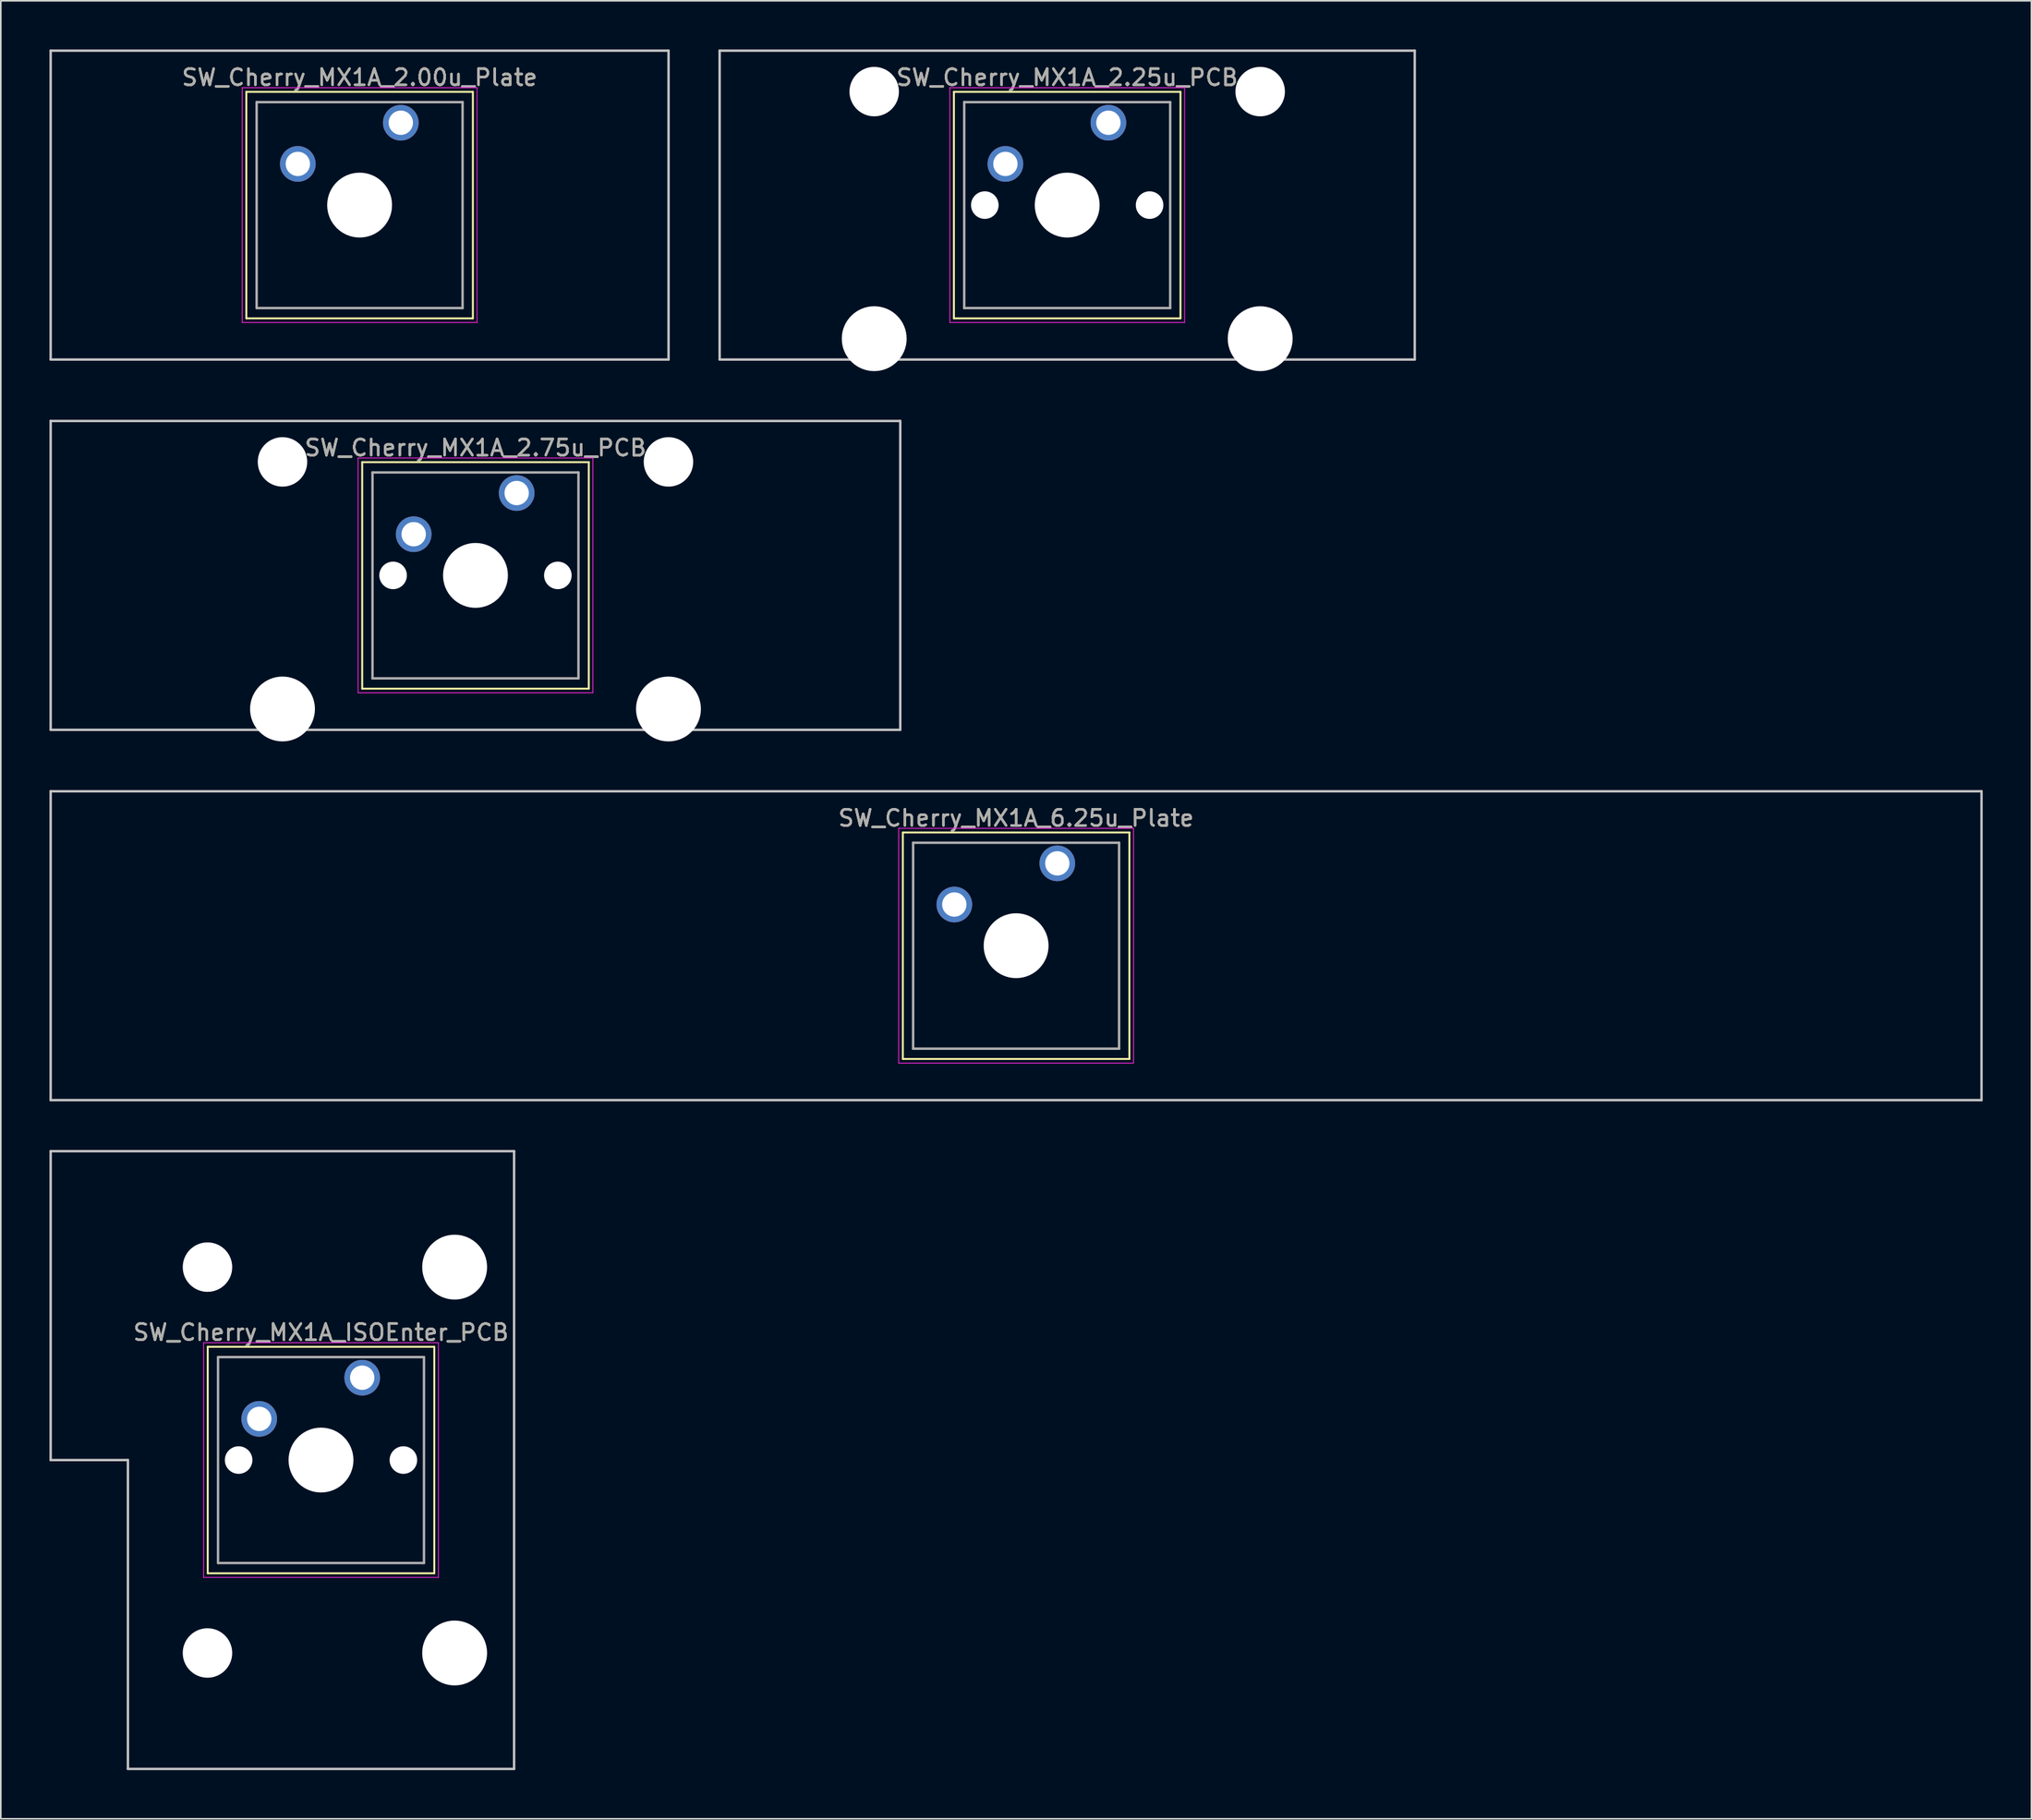
<source format=kicad_pcb>
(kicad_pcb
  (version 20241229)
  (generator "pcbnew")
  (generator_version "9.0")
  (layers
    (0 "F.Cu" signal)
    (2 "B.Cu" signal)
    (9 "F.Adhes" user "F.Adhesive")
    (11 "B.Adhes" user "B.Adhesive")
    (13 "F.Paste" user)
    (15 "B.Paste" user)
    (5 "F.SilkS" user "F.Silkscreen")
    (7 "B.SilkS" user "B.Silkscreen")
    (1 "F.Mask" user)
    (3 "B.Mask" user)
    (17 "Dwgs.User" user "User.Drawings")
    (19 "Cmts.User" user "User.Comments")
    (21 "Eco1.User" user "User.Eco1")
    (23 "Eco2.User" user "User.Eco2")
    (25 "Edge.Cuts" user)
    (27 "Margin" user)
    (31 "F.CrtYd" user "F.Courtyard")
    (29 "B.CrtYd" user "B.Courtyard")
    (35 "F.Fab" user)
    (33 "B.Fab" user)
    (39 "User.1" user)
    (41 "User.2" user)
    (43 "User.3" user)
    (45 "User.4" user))
  (footprint "SW_Cherry_MX1A_2.00u_Plate"
    (layer "F.Cu")
    (at 21.665 4.52)
    (property "Reference" "SW_Cherry_MX1A_2.00u_Plate" (at -2.54 -2.794 0) (layer "F.SilkS") (effects (font (size 1 1) (thickness 0.15))))
    (attr through_hole)
    (fp_line (start -9.525 -1.905) (end 4.445 -1.905) (stroke (width 0.12) (type solid)) (layer "F.SilkS"))
    (fp_line (start -9.525 12.065) (end -9.525 -1.905) (stroke (width 0.12) (type solid)) (layer "F.SilkS"))
    (fp_line (start 4.445 -1.905) (end 4.445 12.065) (stroke (width 0.12) (type solid)) (layer "F.SilkS"))
    (fp_line (start 4.445 12.065) (end -9.525 12.065) (stroke (width 0.12) (type solid)) (layer "F.SilkS"))
    (fp_line (start -21.59 -4.445) (end 16.51 -4.445) (stroke (width 0.15) (type solid)) (layer "Dwgs.User"))
    (fp_line (start -21.59 14.605) (end -21.59 -4.445) (stroke (width 0.15) (type solid)) (layer "Dwgs.User"))
    (fp_line (start 16.51 -4.445) (end 16.51 14.605) (stroke (width 0.15) (type solid)) (layer "Dwgs.User"))
    (fp_line (start 16.51 14.605) (end -21.59 14.605) (stroke (width 0.15) (type solid)) (layer "Dwgs.User"))
    (fp_line (start -9.78 -2.16) (end 4.7 -2.16) (stroke (width 0.05) (type solid)) (layer "F.CrtYd"))
    (fp_line (start -9.78 12.32) (end -9.78 -2.16) (stroke (width 0.05) (type solid)) (layer "F.CrtYd"))
    (fp_line (start 4.7 -2.16) (end 4.7 12.32) (stroke (width 0.05) (type solid)) (layer "F.CrtYd"))
    (fp_line (start 4.7 12.32) (end -9.78 12.32) (stroke (width 0.05) (type solid)) (layer "F.CrtYd"))
    (fp_line (start -8.89 -1.27) (end 3.81 -1.27) (stroke (width 0.15) (type solid)) (layer "F.Fab"))
    (fp_line (start -8.89 11.43) (end -8.89 -1.27) (stroke (width 0.15) (type solid)) (layer "F.Fab"))
    (fp_line (start 3.81 -1.27) (end 3.81 11.43) (stroke (width 0.15) (type solid)) (layer "F.Fab"))
    (fp_line (start 3.81 11.43) (end -8.89 11.43) (stroke (width 0.15) (type solid)) (layer "F.Fab"))
    (fp_text user "${REFERENCE}" (at -2.54 -2.794 0) (layer "F.Fab") (effects (font (size 1 1) (thickness 0.15))))
    (pad "" np_thru_hole circle (at -2.54 5.08) (size 4 4) (drill 4) (layers "*.Cu" "*.Mask"))
    (pad "1" thru_hole circle (at 0 0) (size 2.2 2.2) (drill 1.5) (layers "*.Cu" "*.Mask"))
    (pad "2" thru_hole circle (at -6.35 2.54) (size 2.2 2.2) (drill 1.5) (layers "*.Cu" "*.Mask")))
  (footprint "SW_Cherry_MX1A_ISOEnter_PCB"
    (layer "F.Cu")
    (at 19.284 81.925)
    (property "Reference" "SW_Cherry_MX1A_ISOEnter_PCB" (at -2.54 -2.794 0) (layer "F.SilkS") (effects (font (size 1 1) (thickness 0.15))))
    (attr through_hole)
    (fp_line (start -9.525 -1.905) (end 4.445 -1.905) (stroke (width 0.12) (type solid)) (layer "F.SilkS"))
    (fp_line (start -9.525 12.065) (end -9.525 -1.905) (stroke (width 0.12) (type solid)) (layer "F.SilkS"))
    (fp_line (start 4.445 -1.905) (end 4.445 12.065) (stroke (width 0.12) (type solid)) (layer "F.SilkS"))
    (fp_line (start 4.445 12.065) (end -9.525 12.065) (stroke (width 0.12) (type solid)) (layer "F.SilkS"))
    (fp_line (start -19.209 -13.97) (end 9.366 -13.97) (stroke (width 0.15) (type solid)) (layer "Dwgs.User"))
    (fp_line (start -19.209 5.08) (end -19.209 -13.97) (stroke (width 0.15) (type solid)) (layer "Dwgs.User"))
    (fp_line (start -14.446 5.08) (end -19.209 5.08) (stroke (width 0.15) (type solid)) (layer "Dwgs.User"))
    (fp_line (start -14.446 24.13) (end -14.446 5.08) (stroke (width 0.15) (type solid)) (layer "Dwgs.User"))
    (fp_line (start 9.366 -13.97) (end 9.366 24.13) (stroke (width 0.15) (type solid)) (layer "Dwgs.User"))
    (fp_line (start 9.366 24.13) (end -14.446 24.13) (stroke (width 0.15) (type solid)) (layer "Dwgs.User"))
    (fp_line (start -9.78 -2.16) (end 4.7 -2.16) (stroke (width 0.05) (type solid)) (layer "F.CrtYd"))
    (fp_line (start -9.78 12.32) (end -9.78 -2.16) (stroke (width 0.05) (type solid)) (layer "F.CrtYd"))
    (fp_line (start 4.7 -2.16) (end 4.7 12.32) (stroke (width 0.05) (type solid)) (layer "F.CrtYd"))
    (fp_line (start 4.7 12.32) (end -9.78 12.32) (stroke (width 0.05) (type solid)) (layer "F.CrtYd"))
    (fp_line (start -8.89 -1.27) (end 3.81 -1.27) (stroke (width 0.15) (type solid)) (layer "F.Fab"))
    (fp_line (start -8.89 11.43) (end -8.89 -1.27) (stroke (width 0.15) (type solid)) (layer "F.Fab"))
    (fp_line (start 3.81 -1.27) (end 3.81 11.43) (stroke (width 0.15) (type solid)) (layer "F.Fab"))
    (fp_line (start 3.81 11.43) (end -8.89 11.43) (stroke (width 0.15) (type solid)) (layer "F.Fab"))
    (fp_text user "${REFERENCE}" (at -2.54 -2.794 0) (layer "F.Fab") (effects (font (size 1 1) (thickness 0.15))))
    (pad "" np_thru_hole circle (at -9.54 -6.82) (size 3.05 3.05) (drill 3.05) (layers "*.Cu" "*.Mask"))
    (pad "" np_thru_hole circle (at -9.54 16.98) (size 3.05 3.05) (drill 3.05) (layers "*.Cu" "*.Mask"))
    (pad "" np_thru_hole circle (at -7.62 5.08) (size 1.7 1.7) (drill 1.7) (layers "*.Cu" "*.Mask"))
    (pad "" np_thru_hole circle (at -2.54 5.08) (size 4 4) (drill 4) (layers "*.Cu" "*.Mask"))
    (pad "" np_thru_hole circle (at 2.54 5.08) (size 1.7 1.7) (drill 1.7) (layers "*.Cu" "*.Mask"))
    (pad "" np_thru_hole circle (at 5.7 -6.82) (size 4 4) (drill 4) (layers "*.Cu" "*.Mask"))
    (pad "" np_thru_hole circle (at 5.7 16.98) (size 4 4) (drill 4) (layers "*.Cu" "*.Mask"))
    (pad "1" thru_hole circle (at 0 0) (size 2.2 2.2) (drill 1.5) (layers "*.Cu" "*.Mask"))
    (pad "2" thru_hole circle (at -6.35 2.54) (size 2.2 2.2) (drill 1.5) (layers "*.Cu" "*.Mask")))
  (footprint "SW_Cherry_MX1A_2.75u_PCB"
    (layer "F.Cu")
    (at 28.809 27.36)
    (property "Reference" "SW_Cherry_MX1A_2.75u_PCB" (at -2.54 -2.794 0) (layer "F.SilkS") (effects (font (size 1 1) (thickness 0.15))))
    (attr through_hole)
    (fp_line (start -9.525 -1.905) (end 4.445 -1.905) (stroke (width 0.12) (type solid)) (layer "F.SilkS"))
    (fp_line (start -9.525 12.065) (end -9.525 -1.905) (stroke (width 0.12) (type solid)) (layer "F.SilkS"))
    (fp_line (start 4.445 -1.905) (end 4.445 12.065) (stroke (width 0.12) (type solid)) (layer "F.SilkS"))
    (fp_line (start 4.445 12.065) (end -9.525 12.065) (stroke (width 0.12) (type solid)) (layer "F.SilkS"))
    (fp_line (start -28.734 -4.445) (end 23.654 -4.445) (stroke (width 0.15) (type solid)) (layer "Dwgs.User"))
    (fp_line (start -28.734 14.605) (end -28.734 -4.445) (stroke (width 0.15) (type solid)) (layer "Dwgs.User"))
    (fp_line (start 23.654 -4.445) (end 23.654 14.605) (stroke (width 0.15) (type solid)) (layer "Dwgs.User"))
    (fp_line (start 23.654 14.605) (end -28.734 14.605) (stroke (width 0.15) (type solid)) (layer "Dwgs.User"))
    (fp_line (start -9.78 -2.16) (end 4.7 -2.16) (stroke (width 0.05) (type solid)) (layer "F.CrtYd"))
    (fp_line (start -9.78 12.32) (end -9.78 -2.16) (stroke (width 0.05) (type solid)) (layer "F.CrtYd"))
    (fp_line (start 4.7 -2.16) (end 4.7 12.32) (stroke (width 0.05) (type solid)) (layer "F.CrtYd"))
    (fp_line (start 4.7 12.32) (end -9.78 12.32) (stroke (width 0.05) (type solid)) (layer "F.CrtYd"))
    (fp_line (start -8.89 -1.27) (end 3.81 -1.27) (stroke (width 0.15) (type solid)) (layer "F.Fab"))
    (fp_line (start -8.89 11.43) (end -8.89 -1.27) (stroke (width 0.15) (type solid)) (layer "F.Fab"))
    (fp_line (start 3.81 -1.27) (end 3.81 11.43) (stroke (width 0.15) (type solid)) (layer "F.Fab"))
    (fp_line (start 3.81 11.43) (end -8.89 11.43) (stroke (width 0.15) (type solid)) (layer "F.Fab"))
    (fp_text user "${REFERENCE}" (at -2.54 -2.794 0) (layer "F.Fab") (effects (font (size 1 1) (thickness 0.15))))
    (pad "" np_thru_hole circle (at -14.44 -1.92) (size 3.05 3.05) (drill 3.05) (layers "*.Cu" "*.Mask"))
    (pad "" np_thru_hole circle (at -14.44 13.32) (size 4 4) (drill 4) (layers "*.Cu" "*.Mask"))
    (pad "" np_thru_hole circle (at -7.62 5.08) (size 1.7 1.7) (drill 1.7) (layers "*.Cu" "*.Mask"))
    (pad "" np_thru_hole circle (at -2.54 5.08) (size 4 4) (drill 4) (layers "*.Cu" "*.Mask"))
    (pad "" np_thru_hole circle (at 2.54 5.08) (size 1.7 1.7) (drill 1.7) (layers "*.Cu" "*.Mask"))
    (pad "" np_thru_hole circle (at 9.36 -1.92) (size 3.05 3.05) (drill 3.05) (layers "*.Cu" "*.Mask"))
    (pad "" np_thru_hole circle (at 9.36 13.32) (size 4 4) (drill 4) (layers "*.Cu" "*.Mask"))
    (pad "1" thru_hole circle (at 0 0) (size 2.2 2.2) (drill 1.5) (layers "*.Cu" "*.Mask"))
    (pad "2" thru_hole circle (at -6.35 2.54) (size 2.2 2.2) (drill 1.5) (layers "*.Cu" "*.Mask")))
  (footprint "SW_Cherry_MX1A_6.25u_Plate"
    (layer "F.Cu")
    (at 62.146 50.2)
    (property "Reference" "SW_Cherry_MX1A_6.25u_Plate" (at -2.54 -2.794 0) (layer "F.SilkS") (effects (font (size 1 1) (thickness 0.15))))
    (attr through_hole)
    (fp_line (start -9.525 -1.905) (end 4.445 -1.905) (stroke (width 0.12) (type solid)) (layer "F.SilkS"))
    (fp_line (start -9.525 12.065) (end -9.525 -1.905) (stroke (width 0.12) (type solid)) (layer "F.SilkS"))
    (fp_line (start 4.445 -1.905) (end 4.445 12.065) (stroke (width 0.12) (type solid)) (layer "F.SilkS"))
    (fp_line (start 4.445 12.065) (end -9.525 12.065) (stroke (width 0.12) (type solid)) (layer "F.SilkS"))
    (fp_line (start -62.071 -4.445) (end 56.991 -4.445) (stroke (width 0.15) (type solid)) (layer "Dwgs.User"))
    (fp_line (start -62.071 14.605) (end -62.071 -4.445) (stroke (width 0.15) (type solid)) (layer "Dwgs.User"))
    (fp_line (start 56.991 -4.445) (end 56.991 14.605) (stroke (width 0.15) (type solid)) (layer "Dwgs.User"))
    (fp_line (start 56.991 14.605) (end -62.071 14.605) (stroke (width 0.15) (type solid)) (layer "Dwgs.User"))
    (fp_line (start -9.78 -2.16) (end 4.7 -2.16) (stroke (width 0.05) (type solid)) (layer "F.CrtYd"))
    (fp_line (start -9.78 12.32) (end -9.78 -2.16) (stroke (width 0.05) (type solid)) (layer "F.CrtYd"))
    (fp_line (start 4.7 -2.16) (end 4.7 12.32) (stroke (width 0.05) (type solid)) (layer "F.CrtYd"))
    (fp_line (start 4.7 12.32) (end -9.78 12.32) (stroke (width 0.05) (type solid)) (layer "F.CrtYd"))
    (fp_line (start -8.89 -1.27) (end 3.81 -1.27) (stroke (width 0.15) (type solid)) (layer "F.Fab"))
    (fp_line (start -8.89 11.43) (end -8.89 -1.27) (stroke (width 0.15) (type solid)) (layer "F.Fab"))
    (fp_line (start 3.81 -1.27) (end 3.81 11.43) (stroke (width 0.15) (type solid)) (layer "F.Fab"))
    (fp_line (start 3.81 11.43) (end -8.89 11.43) (stroke (width 0.15) (type solid)) (layer "F.Fab"))
    (fp_text user "${REFERENCE}" (at -2.54 -2.794 0) (layer "F.Fab") (effects (font (size 1 1) (thickness 0.15))))
    (pad "" np_thru_hole circle (at -2.54 5.08) (size 4 4) (drill 4) (layers "*.Cu" "*.Mask"))
    (pad "1" thru_hole circle (at 0 0) (size 2.2 2.2) (drill 1.5) (layers "*.Cu" "*.Mask"))
    (pad "2" thru_hole circle (at -6.35 2.54) (size 2.2 2.2) (drill 1.5) (layers "*.Cu" "*.Mask")))
  (footprint "SW_Cherry_MX1A_2.25u_PCB"
    (layer "F.Cu")
    (at 65.296 4.52)
    (property "Reference" "SW_Cherry_MX1A_2.25u_PCB" (at -2.54 -2.794 0) (layer "F.SilkS") (effects (font (size 1 1) (thickness 0.15))))
    (attr through_hole)
    (fp_line (start -9.525 -1.905) (end 4.445 -1.905) (stroke (width 0.12) (type solid)) (layer "F.SilkS"))
    (fp_line (start -9.525 12.065) (end -9.525 -1.905) (stroke (width 0.12) (type solid)) (layer "F.SilkS"))
    (fp_line (start 4.445 -1.905) (end 4.445 12.065) (stroke (width 0.12) (type solid)) (layer "F.SilkS"))
    (fp_line (start 4.445 12.065) (end -9.525 12.065) (stroke (width 0.12) (type solid)) (layer "F.SilkS"))
    (fp_line (start -23.971 -4.445) (end 18.891 -4.445) (stroke (width 0.15) (type solid)) (layer "Dwgs.User"))
    (fp_line (start -23.971 14.605) (end -23.971 -4.445) (stroke (width 0.15) (type solid)) (layer "Dwgs.User"))
    (fp_line (start 18.891 -4.445) (end 18.891 14.605) (stroke (width 0.15) (type solid)) (layer "Dwgs.User"))
    (fp_line (start 18.891 14.605) (end -23.971 14.605) (stroke (width 0.15) (type solid)) (layer "Dwgs.User"))
    (fp_line (start -9.78 -2.16) (end 4.7 -2.16) (stroke (width 0.05) (type solid)) (layer "F.CrtYd"))
    (fp_line (start -9.78 12.32) (end -9.78 -2.16) (stroke (width 0.05) (type solid)) (layer "F.CrtYd"))
    (fp_line (start 4.7 -2.16) (end 4.7 12.32) (stroke (width 0.05) (type solid)) (layer "F.CrtYd"))
    (fp_line (start 4.7 12.32) (end -9.78 12.32) (stroke (width 0.05) (type solid)) (layer "F.CrtYd"))
    (fp_line (start -8.89 -1.27) (end 3.81 -1.27) (stroke (width 0.15) (type solid)) (layer "F.Fab"))
    (fp_line (start -8.89 11.43) (end -8.89 -1.27) (stroke (width 0.15) (type solid)) (layer "F.Fab"))
    (fp_line (start 3.81 -1.27) (end 3.81 11.43) (stroke (width 0.15) (type solid)) (layer "F.Fab"))
    (fp_line (start 3.81 11.43) (end -8.89 11.43) (stroke (width 0.15) (type solid)) (layer "F.Fab"))
    (fp_text user "${REFERENCE}" (at -2.54 -2.794 0) (layer "F.Fab") (effects (font (size 1 1) (thickness 0.15))))
    (pad "" np_thru_hole circle (at -14.44 -1.92) (size 3.05 3.05) (drill 3.05) (layers "*.Cu" "*.Mask"))
    (pad "" np_thru_hole circle (at -14.44 13.32) (size 4 4) (drill 4) (layers "*.Cu" "*.Mask"))
    (pad "" np_thru_hole circle (at -7.62 5.08) (size 1.7 1.7) (drill 1.7) (layers "*.Cu" "*.Mask"))
    (pad "" np_thru_hole circle (at -2.54 5.08) (size 4 4) (drill 4) (layers "*.Cu" "*.Mask"))
    (pad "" np_thru_hole circle (at 2.54 5.08) (size 1.7 1.7) (drill 1.7) (layers "*.Cu" "*.Mask"))
    (pad "" np_thru_hole circle (at 9.36 -1.92) (size 3.05 3.05) (drill 3.05) (layers "*.Cu" "*.Mask"))
    (pad "" np_thru_hole circle (at 9.36 13.32) (size 4 4) (drill 4) (layers "*.Cu" "*.Mask"))
    (pad "1" thru_hole circle (at 0 0) (size 2.2 2.2) (drill 1.5) (layers "*.Cu" "*.Mask"))
    (pad "2" thru_hole circle (at -6.35 2.54) (size 2.2 2.2) (drill 1.5) (layers "*.Cu" "*.Mask")))
  (gr_rect
    (start -3 -3)
    (end 122.213 109.13)
    (stroke (width 0.1) (type default))
    (fill no)
    (layer "Edge.Cuts")))
</source>
